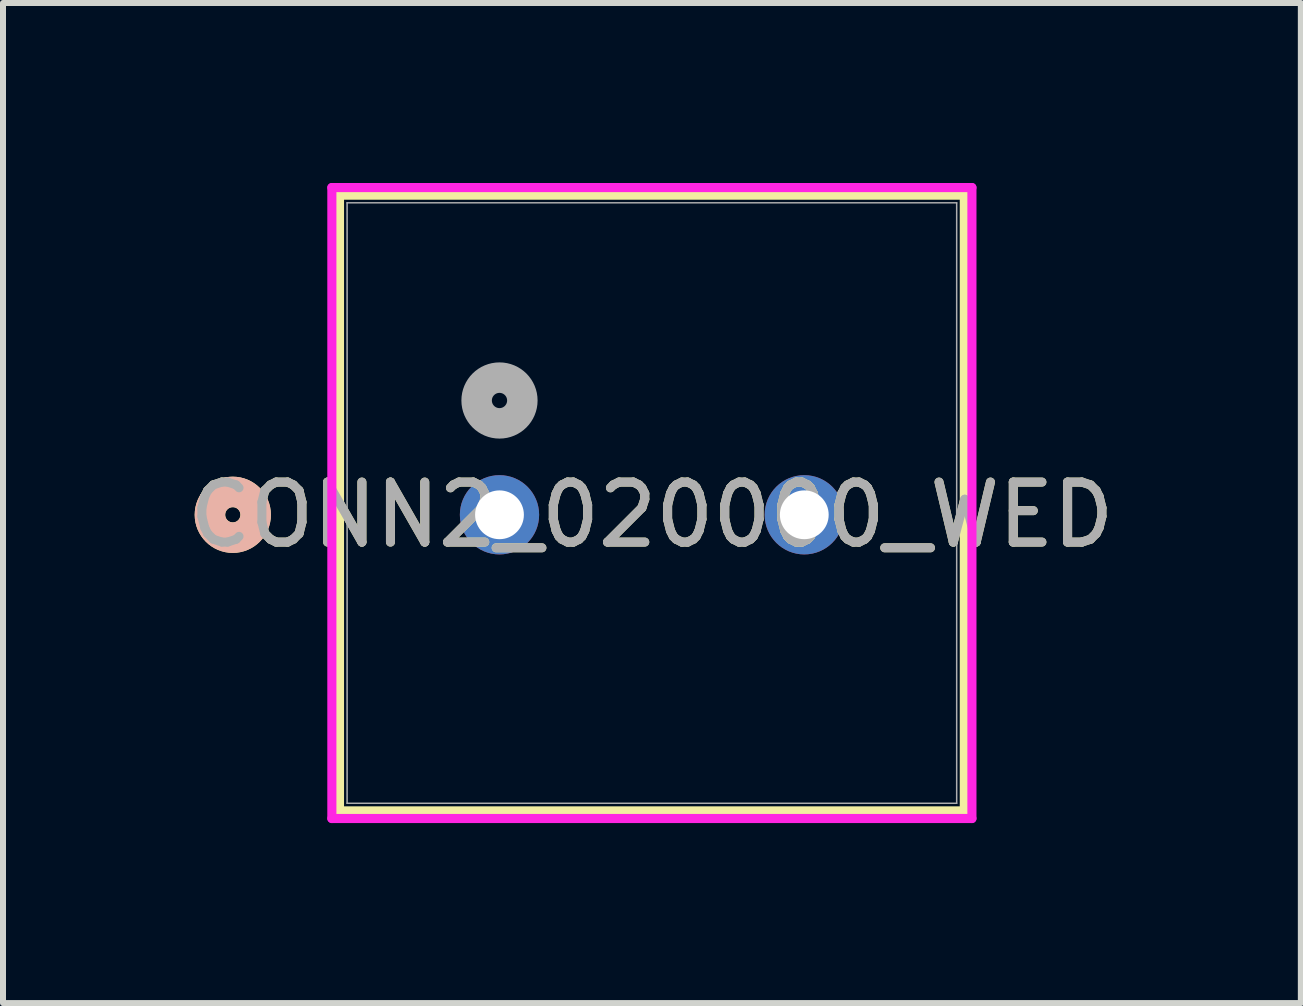
<source format=kicad_pcb>
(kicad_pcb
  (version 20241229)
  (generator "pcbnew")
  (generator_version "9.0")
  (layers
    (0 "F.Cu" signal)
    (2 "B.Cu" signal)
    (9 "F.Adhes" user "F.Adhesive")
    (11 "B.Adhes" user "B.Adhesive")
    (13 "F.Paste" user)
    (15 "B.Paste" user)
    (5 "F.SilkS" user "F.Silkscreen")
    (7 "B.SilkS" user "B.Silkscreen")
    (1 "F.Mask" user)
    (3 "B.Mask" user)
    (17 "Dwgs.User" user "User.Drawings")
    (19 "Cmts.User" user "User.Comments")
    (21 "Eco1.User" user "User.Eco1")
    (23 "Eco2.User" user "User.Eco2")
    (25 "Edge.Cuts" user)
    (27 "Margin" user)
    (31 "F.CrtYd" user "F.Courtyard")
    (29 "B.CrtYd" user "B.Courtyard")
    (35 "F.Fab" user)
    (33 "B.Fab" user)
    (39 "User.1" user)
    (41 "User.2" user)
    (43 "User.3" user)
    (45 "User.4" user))
  (footprint "CONN2_020000_WED"
    (layer "F.Cu")
    (at 5.275 5.53)
    (property "Reference" "CONN2_020000_WED" (at 2.54 0 0) (unlocked yes) (layer "F.SilkS") (effects (font (size 1 1) (thickness 0.15))))
    (attr through_hole)
    (fp_line (start -2.667 -5.327) (end -2.667 4.935) (stroke (width 0.152) (type solid)) (layer "F.SilkS"))
    (fp_line (start -2.667 4.935) (end 7.747 4.935) (stroke (width 0.152) (type solid)) (layer "F.SilkS"))
    (fp_line (start 7.747 -5.327) (end -2.667 -5.327) (stroke (width 0.152) (type solid)) (layer "F.SilkS"))
    (fp_line (start 7.747 4.935) (end 7.747 -5.327) (stroke (width 0.152) (type solid)) (layer "F.SilkS"))
    (fp_circle (center -4.445 0) (end -4.064 0) (stroke (width 0.508) (type solid)) (fill no) (layer "F.SilkS"))
    (fp_circle (center -4.445 0) (end -4.064 0) (stroke (width 0.508) (type solid)) (fill no) (layer "B.SilkS"))
    (fp_line (start -2.794 -5.454) (end -2.794 5.062) (stroke (width 0.152) (type solid)) (layer "F.CrtYd"))
    (fp_line (start -2.794 5.062) (end 7.874 5.062) (stroke (width 0.152) (type solid)) (layer "F.CrtYd"))
    (fp_line (start 7.874 -5.454) (end -2.794 -5.454) (stroke (width 0.152) (type solid)) (layer "F.CrtYd"))
    (fp_line (start 7.874 5.062) (end 7.874 -5.454) (stroke (width 0.152) (type solid)) (layer "F.CrtYd"))
    (fp_line (start -2.54 -5.2) (end -2.54 4.808) (stroke (width 0.025) (type solid)) (layer "F.Fab"))
    (fp_line (start -2.54 4.808) (end 7.62 4.808) (stroke (width 0.025) (type solid)) (layer "F.Fab"))
    (fp_line (start 7.62 -5.2) (end -2.54 -5.2) (stroke (width 0.025) (type solid)) (layer "F.Fab"))
    (fp_line (start 7.62 4.808) (end 7.62 -5.2) (stroke (width 0.025) (type solid)) (layer "F.Fab"))
    (fp_circle (center 0 -1.905) (end 0.381 -1.905) (stroke (width 0.508) (type solid)) (fill no) (layer "F.Fab"))
    (fp_text user "${REFERENCE}" (at 2.54 0 0) (unlocked yes) (layer "F.Fab") (effects (font (size 1 1) (thickness 0.15))))
    (pad "1" thru_hole circle (at 0 0) (size 1.321 1.321) (drill 0.813) (layers "*.Cu" "*.Mask"))
    (pad "2" thru_hole circle (at 5.08 0) (size 1.321 1.321) (drill 0.813) (layers "*.Cu" "*.Mask")))
  (gr_rect
    (start -3 -3)
    (end 18.631 13.668)
    (stroke (width 0.1) (type default))
    (fill no)
    (layer "Edge.Cuts")))
</source>
